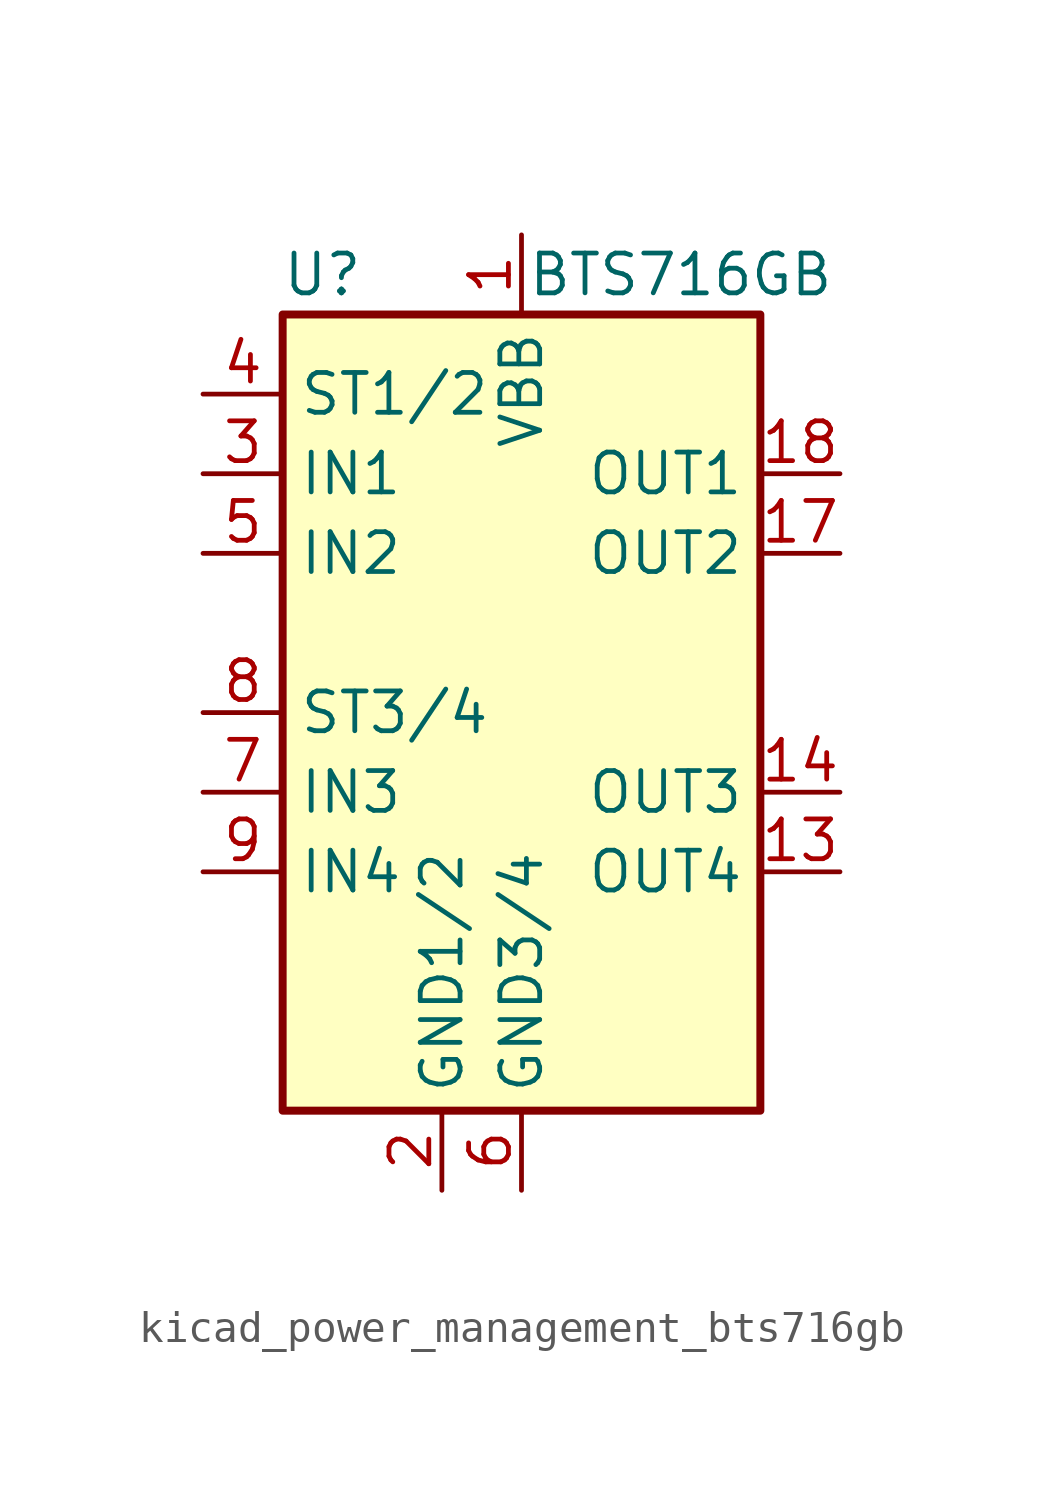
<source format=kicad_sym>
(kicad_symbol_lib
  (version 20220914)
  (generator kicad_symbol_editor)
  (symbol "kicad_power_management_bts716gb"
    (property "Reference" "U"
      (at -6.35 13.97 0)
      (effects (font (size 1.27 1.27))))
    (property "Value" "BTS716GB"
      (at 5.08 13.97 0)
      (effects (font (size 1.27 1.27))))
    (symbol "kicad_power_management_bts716gb_0_1"
      (rectangle (start -7.62 12.7) (end 7.62 -12.7) (stroke (width 0.254) (type default)) (fill (type background))))
    (symbol "kicad_power_management_bts716gb_1_1"
      (pin power_in line (at 0 15.24 270) (length 2.54) (name "VBB" (effects (font (size 1.27 1.27)))) (number "1" (effects (font (size 1.27 1.27)))))
      (pin passive line (at 0 15.24 270) (length 2.54) hide (name "VBB" (effects (font (size 1.27 1.27)))) (number "10" (effects (font (size 1.27 1.27)))))
      (pin passive line (at 0 15.24 270) (length 2.54) hide (name "VBB" (effects (font (size 1.27 1.27)))) (number "11" (effects (font (size 1.27 1.27)))))
      (pin passive line (at 0 15.24 270) (length 2.54) hide (name "VBB" (effects (font (size 1.27 1.27)))) (number "12" (effects (font (size 1.27 1.27)))))
      (pin open_emitter line (at 10.16 -5.08 180) (length 2.54) (name "OUT4" (effects (font (size 1.27 1.27)))) (number "13" (effects (font (size 1.27 1.27)))))
      (pin open_emitter line (at 10.16 -2.54 180) (length 2.54) (name "OUT3" (effects (font (size 1.27 1.27)))) (number "14" (effects (font (size 1.27 1.27)))))
      (pin passive line (at 0 15.24 270) (length 2.54) hide (name "VBB" (effects (font (size 1.27 1.27)))) (number "15" (effects (font (size 1.27 1.27)))))
      (pin passive line (at 0 15.24 270) (length 2.54) hide (name "VBB" (effects (font (size 1.27 1.27)))) (number "16" (effects (font (size 1.27 1.27)))))
      (pin open_emitter line (at 10.16 5.08 180) (length 2.54) (name "OUT2" (effects (font (size 1.27 1.27)))) (number "17" (effects (font (size 1.27 1.27)))))
      (pin open_emitter line (at 10.16 7.62 180) (length 2.54) (name "OUT1" (effects (font (size 1.27 1.27)))) (number "18" (effects (font (size 1.27 1.27)))))
      (pin passive line (at 0 15.24 270) (length 2.54) hide (name "VBB" (effects (font (size 1.27 1.27)))) (number "19" (effects (font (size 1.27 1.27)))))
      (pin power_in line (at -2.54 -15.24 90) (length 2.54) (name "GND1/2" (effects (font (size 1.27 1.27)))) (number "2" (effects (font (size 1.27 1.27)))))
      (pin passive line (at 0 15.24 270) (length 2.54) hide (name "VBB" (effects (font (size 1.27 1.27)))) (number "20" (effects (font (size 1.27 1.27)))))
      (pin input line (at -10.16 7.62 0) (length 2.54) (name "IN1" (effects (font (size 1.27 1.27)))) (number "3" (effects (font (size 1.27 1.27)))))
      (pin open_collector line (at -10.16 10.16 0) (length 2.54) (name "ST1/2" (effects (font (size 1.27 1.27)))) (number "4" (effects (font (size 1.27 1.27)))))
      (pin input line (at -10.16 5.08 0) (length 2.54) (name "IN2" (effects (font (size 1.27 1.27)))) (number "5" (effects (font (size 1.27 1.27)))))
      (pin power_in line (at 0 -15.24 90) (length 2.54) (name "GND3/4" (effects (font (size 1.27 1.27)))) (number "6" (effects (font (size 1.27 1.27)))))
      (pin input line (at -10.16 -2.54 0) (length 2.54) (name "IN3" (effects (font (size 1.27 1.27)))) (number "7" (effects (font (size 1.27 1.27)))))
      (pin open_collector line (at -10.16 0 0) (length 2.54) (name "ST3/4" (effects (font (size 1.27 1.27)))) (number "8" (effects (font (size 1.27 1.27)))))
      (pin input line (at -10.16 -5.08 0) (length 2.54) (name "IN4" (effects (font (size 1.27 1.27)))) (number "9" (effects (font (size 1.27 1.27))))))))
</source>
